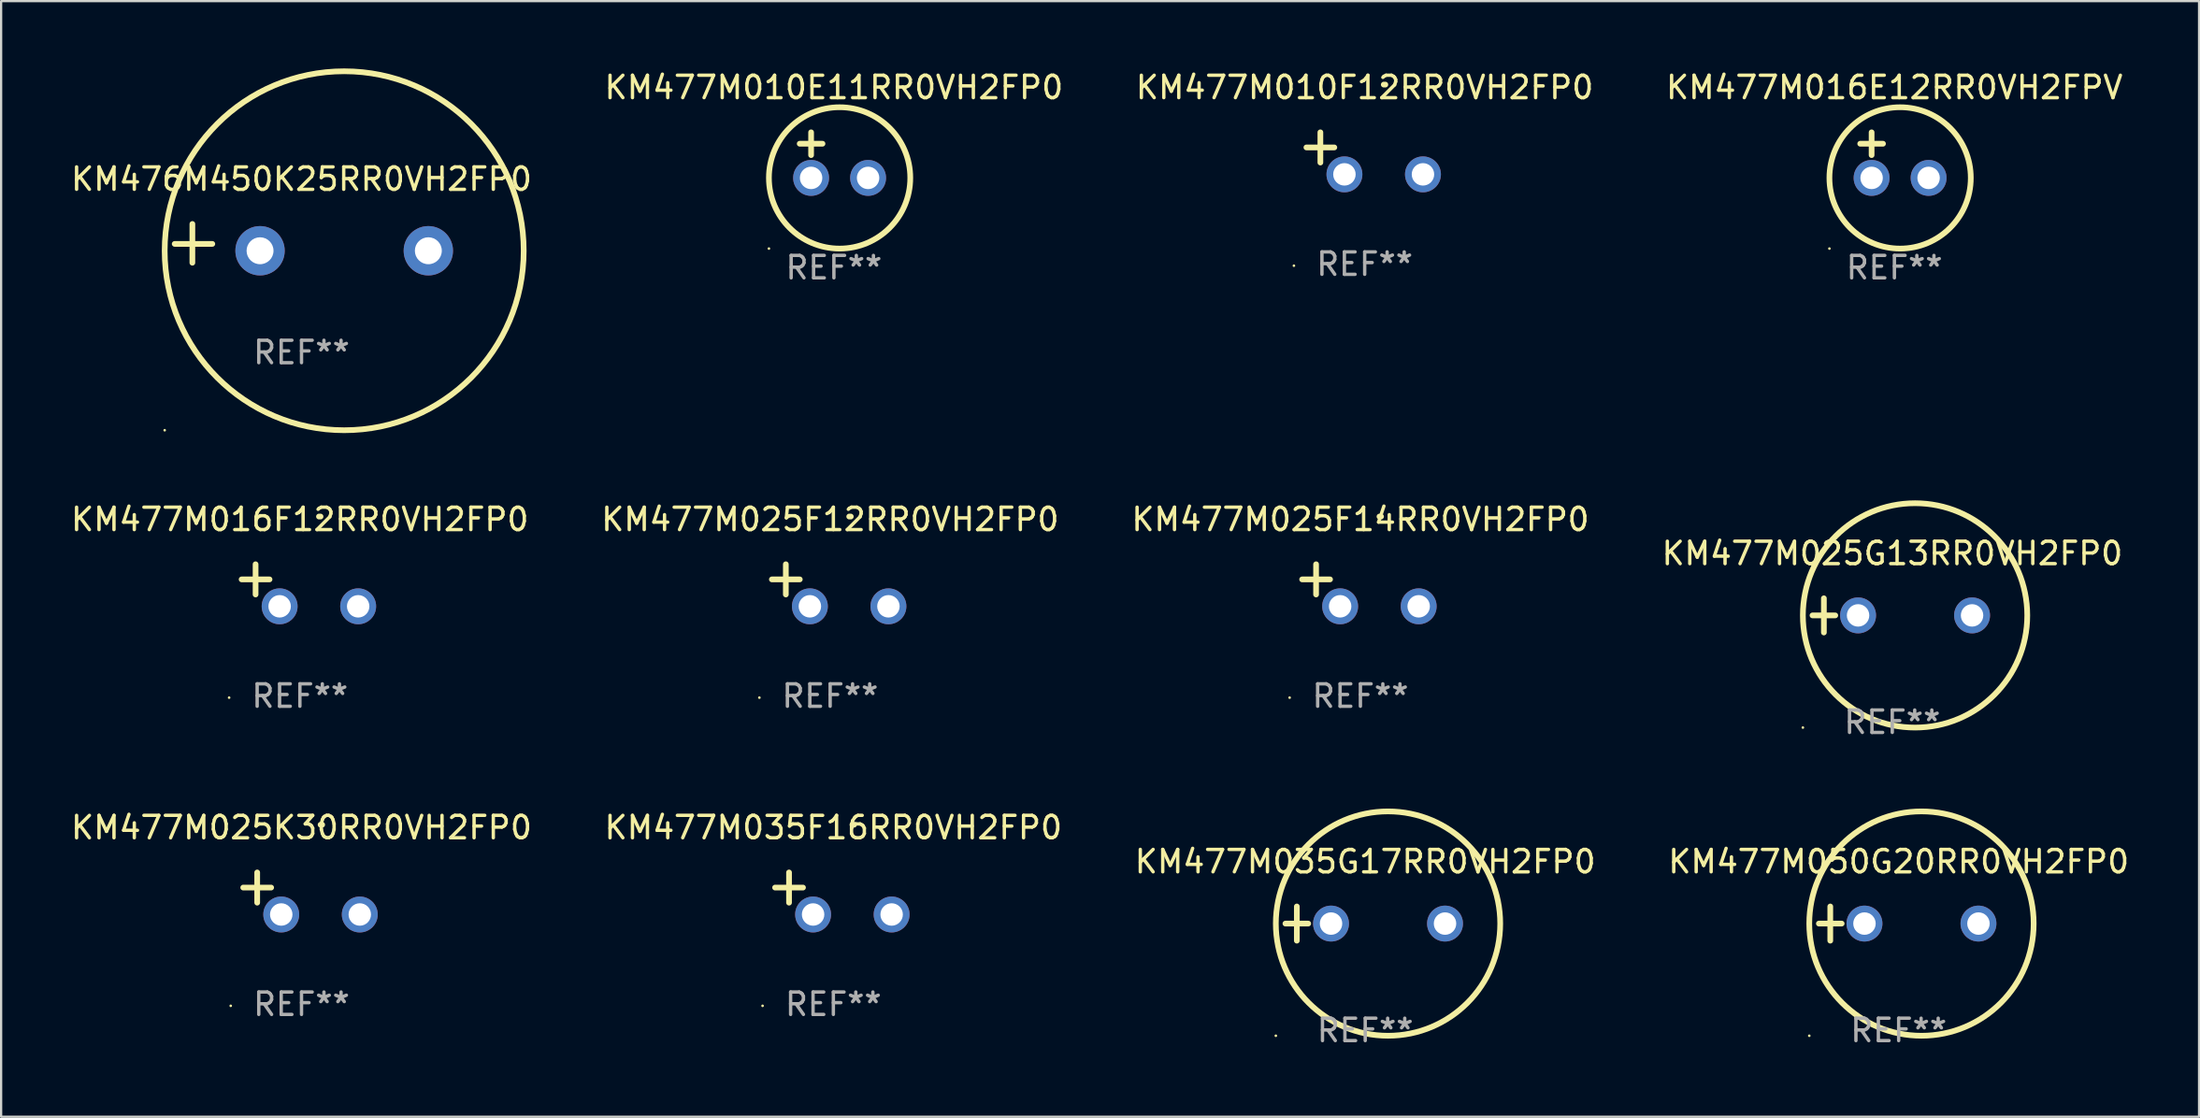
<source format=kicad_pcb>
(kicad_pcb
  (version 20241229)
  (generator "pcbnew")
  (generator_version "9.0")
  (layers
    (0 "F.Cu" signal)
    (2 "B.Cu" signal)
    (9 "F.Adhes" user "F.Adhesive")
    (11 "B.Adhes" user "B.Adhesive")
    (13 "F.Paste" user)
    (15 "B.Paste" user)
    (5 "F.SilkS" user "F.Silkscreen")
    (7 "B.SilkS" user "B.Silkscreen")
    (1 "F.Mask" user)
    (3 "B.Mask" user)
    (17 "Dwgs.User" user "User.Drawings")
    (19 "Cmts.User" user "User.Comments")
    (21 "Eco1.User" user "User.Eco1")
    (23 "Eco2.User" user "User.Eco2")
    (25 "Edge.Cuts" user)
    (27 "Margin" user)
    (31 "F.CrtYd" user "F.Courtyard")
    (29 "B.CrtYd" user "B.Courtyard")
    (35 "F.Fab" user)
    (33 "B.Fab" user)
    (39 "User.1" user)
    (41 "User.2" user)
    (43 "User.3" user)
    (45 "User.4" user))
  (footprint "KM477M035F16RR0VH2FP0"
    (layer "F.Cu")
    (at 34.089 36.776)
    (property "Reference" "KM477M035F16RR0VH2FP0" (at 0 -2.937 0) (layer "F.SilkS") (effects (font (size 1 1) (thickness 0.15))))
    (attr through_hole)
    (fp_line (start -1.975 0.41) (end -1.975 -0.937) (stroke (width 0.254) (type solid)) (layer "F.SilkS"))
    (fp_line (start -1.353 -0.263) (end -2.597 -0.263) (stroke (width 0.254) (type solid)) (layer "F.SilkS"))
    (fp_arc (start 0.849809 -3.063957) (mid 0.885369 -3.064114) (end 0.920929 -3.063957) (stroke (width 0.254001) (type solid)) (layer "F.SilkS"))
    (fp_circle (center -3.154 5.008) (end -3.124 5.008) (stroke (width 0.06) (type solid)) (fill no) (layer "F.SilkS"))
    (fp_text user "REF**" (at 0 4.937 0) (layer "F.Fab") (effects (font (size 1 1) (thickness 0.15))))
    (pad "1" thru_hole circle (at -0.903 0.937) (size 1.6 1.6) (drill 1) (layers "*.Cu" "*.Mask"))
    (pad "2" thru_hole circle (at 2.597 0.937) (size 1.6 1.6) (drill 1) (layers "*.Cu" "*.Mask")))
  (footprint "KM477M025F14RR0VH2FP0"
    (layer "F.Cu")
    (at 57.577 23.039)
    (property "Reference" "KM477M025F14RR0VH2FP0" (at 0 -2.937 0) (layer "F.SilkS") (effects (font (size 1 1) (thickness 0.15))))
    (attr through_hole)
    (fp_line (start -1.975 0.41) (end -1.975 -0.937) (stroke (width 0.254) (type solid)) (layer "F.SilkS"))
    (fp_line (start -1.353 -0.263) (end -2.597 -0.263) (stroke (width 0.254) (type solid)) (layer "F.SilkS"))
    (fp_arc (start 0.849809 -3.063957) (mid 0.885369 -3.064114) (end 0.920929 -3.063957) (stroke (width 0.254001) (type solid)) (layer "F.SilkS"))
    (fp_circle (center -3.154 5.008) (end -3.124 5.008) (stroke (width 0.06) (type solid)) (fill no) (layer "F.SilkS"))
    (fp_text user "REF**" (at 0 4.937 0) (layer "F.Fab") (effects (font (size 1 1) (thickness 0.15))))
    (pad "1" thru_hole circle (at -0.903 0.937) (size 1.6 1.6) (drill 1) (layers "*.Cu" "*.Mask"))
    (pad "2" thru_hole circle (at 2.597 0.937) (size 1.6 1.6) (drill 1) (layers "*.Cu" "*.Mask")))
  (footprint "KM477M035G17RR0VH2FP0"
    (layer "F.Cu")
    (at 57.792 38.118)
    (property "Reference" "KM477M035G17RR0VH2FP0" (at 0 -2.762 0) (layer "F.SilkS") (effects (font (size 1 1) (thickness 0.15))))
    (attr through_hole)
    (fp_line (start -3.556 0) (end -2.54 0) (stroke (width 0.254) (type solid)) (layer "F.SilkS"))
    (fp_line (start -3.048 -0.762) (end -3.048 0.762) (stroke (width 0.254) (type solid)) (layer "F.SilkS"))
    (fp_circle (center -3.984 5) (end -3.954 5) (stroke (width 0.06) (type solid)) (fill no) (layer "F.SilkS"))
    (fp_circle (center 1.016 0) (end 6.016 0) (stroke (width 0.254) (type solid)) (fill no) (layer "F.SilkS"))
    (fp_text user "REF**" (at 0 4.762 0) (layer "F.Fab") (effects (font (size 1 1) (thickness 0.15))))
    (pad "1" thru_hole circle (at -1.524 0) (size 1.6 1.6) (drill 1) (layers "*.Cu" "*.Mask"))
    (pad "2" thru_hole circle (at 3.556 0) (size 1.6 1.6) (drill 1) (layers "*.Cu" "*.Mask")))
  (footprint "KM477M025F12RR0VH2FP0"
    (layer "F.Cu")
    (at 33.946 23.039)
    (property "Reference" "KM477M025F12RR0VH2FP0" (at 0 -2.937 0) (layer "F.SilkS") (effects (font (size 1 1) (thickness 0.15))))
    (attr through_hole)
    (fp_line (start -1.975 0.41) (end -1.975 -0.937) (stroke (width 0.254) (type solid)) (layer "F.SilkS"))
    (fp_line (start -1.353 -0.263) (end -2.597 -0.263) (stroke (width 0.254) (type solid)) (layer "F.SilkS"))
    (fp_arc (start 0.849809 -3.063957) (mid 0.885369 -3.064114) (end 0.920929 -3.063957) (stroke (width 0.254001) (type solid)) (layer "F.SilkS"))
    (fp_circle (center -3.154 5.008) (end -3.124 5.008) (stroke (width 0.06) (type solid)) (fill no) (layer "F.SilkS"))
    (fp_text user "REF**" (at 0 4.937 0) (layer "F.Fab") (effects (font (size 1 1) (thickness 0.15))))
    (pad "1" thru_hole circle (at -0.903 0.937) (size 1.6 1.6) (drill 1) (layers "*.Cu" "*.Mask"))
    (pad "2" thru_hole circle (at 2.597 0.937) (size 1.6 1.6) (drill 1) (layers "*.Cu" "*.Mask")))
  (footprint "KM477M050G20RR0VH2FP0"
    (layer "F.Cu")
    (at 81.565 38.118)
    (property "Reference" "KM477M050G20RR0VH2FP0" (at 0 -2.762 0) (layer "F.SilkS") (effects (font (size 1 1) (thickness 0.15))))
    (attr through_hole)
    (fp_line (start -3.556 0) (end -2.54 0) (stroke (width 0.254) (type solid)) (layer "F.SilkS"))
    (fp_line (start -3.048 -0.762) (end -3.048 0.762) (stroke (width 0.254) (type solid)) (layer "F.SilkS"))
    (fp_circle (center -3.984 5) (end -3.954 5) (stroke (width 0.06) (type solid)) (fill no) (layer "F.SilkS"))
    (fp_circle (center 1.016 0) (end 6.016 0) (stroke (width 0.254) (type solid)) (fill no) (layer "F.SilkS"))
    (fp_text user "REF**" (at 0 4.762 0) (layer "F.Fab") (effects (font (size 1 1) (thickness 0.15))))
    (pad "1" thru_hole circle (at -1.524 0) (size 1.6 1.6) (drill 1) (layers "*.Cu" "*.Mask"))
    (pad "2" thru_hole circle (at 3.556 0) (size 1.6 1.6) (drill 1) (layers "*.Cu" "*.Mask")))
  (footprint "KM477M010E11RR0VH2FP0"
    (layer "F.Cu")
    (at 34.113 3.864)
    (property "Reference" "KM477M010E11RR0VH2FP0" (at 0 -3.016 0) (layer "F.SilkS") (effects (font (size 1 1) (thickness 0.15))))
    (attr through_hole)
    (fp_line (start -1.524 -0.508) (end -0.508 -0.508) (stroke (width 0.254) (type solid)) (layer "F.SilkS"))
    (fp_line (start -1.016 -1.016) (end -1.016 0) (stroke (width 0.254) (type solid)) (layer "F.SilkS"))
    (fp_circle (center -2.896 4.166) (end -2.866 4.166) (stroke (width 0.06) (type solid)) (fill no) (layer "F.SilkS"))
    (fp_circle (center 0.254 1.016) (end 3.404 1.016) (stroke (width 0.254) (type solid)) (fill no) (layer "F.SilkS"))
    (fp_text user "REF**" (at 0 5.016 0) (layer "F.Fab") (effects (font (size 1 1) (thickness 0.15))))
    (pad "1" thru_hole circle (at -1.016 1.016) (size 1.6 1.6) (drill 1) (layers "*.Cu" "*.Mask"))
    (pad "2" thru_hole circle (at 1.524 1.016) (size 1.6 1.6) (drill 1) (layers "*.Cu" "*.Mask")))
  (footprint "KM477M016E12RR0VH2FPV"
    (layer "F.Cu")
    (at 81.375 3.864)
    (property "Reference" "KM477M016E12RR0VH2FPV" (at 0 -3.016 0) (layer "F.SilkS") (effects (font (size 1 1) (thickness 0.15))))
    (attr through_hole)
    (fp_line (start -1.524 -0.508) (end -0.508 -0.508) (stroke (width 0.254) (type solid)) (layer "F.SilkS"))
    (fp_line (start -1.016 -1.016) (end -1.016 0) (stroke (width 0.254) (type solid)) (layer "F.SilkS"))
    (fp_circle (center -2.896 4.166) (end -2.866 4.166) (stroke (width 0.06) (type solid)) (fill no) (layer "F.SilkS"))
    (fp_circle (center 0.254 1.016) (end 3.404 1.016) (stroke (width 0.254) (type solid)) (fill no) (layer "F.SilkS"))
    (fp_text user "REF**" (at 0 5.016 0) (layer "F.Fab") (effects (font (size 1 1) (thickness 0.15))))
    (pad "1" thru_hole circle (at -1.016 1.016) (size 1.6 1.6) (drill 1) (layers "*.Cu" "*.Mask"))
    (pad "2" thru_hole circle (at 1.524 1.016) (size 1.6 1.6) (drill 1) (layers "*.Cu" "*.Mask")))
  (footprint "KM477M010F12RR0VH2FP0"
    (layer "F.Cu")
    (at 57.768 3.785)
    (property "Reference" "KM477M010F12RR0VH2FP0" (at 0 -2.937 0) (layer "F.SilkS") (effects (font (size 1 1) (thickness 0.15))))
    (attr through_hole)
    (fp_line (start -1.975 0.41) (end -1.975 -0.937) (stroke (width 0.254) (type solid)) (layer "F.SilkS"))
    (fp_line (start -1.353 -0.263) (end -2.597 -0.263) (stroke (width 0.254) (type solid)) (layer "F.SilkS"))
    (fp_arc (start 0.849809 -3.063957) (mid 0.885369 -3.064114) (end 0.920929 -3.063957) (stroke (width 0.254001) (type solid)) (layer "F.SilkS"))
    (fp_circle (center -3.154 5.008) (end -3.124 5.008) (stroke (width 0.06) (type solid)) (fill no) (layer "F.SilkS"))
    (fp_text user "REF**" (at 0 4.937 0) (layer "F.Fab") (effects (font (size 1 1) (thickness 0.15))))
    (pad "1" thru_hole circle (at -0.903 0.937) (size 1.6 1.6) (drill 1) (layers "*.Cu" "*.Mask"))
    (pad "2" thru_hole circle (at 2.597 0.937) (size 1.6 1.6) (drill 1) (layers "*.Cu" "*.Mask")))
  (footprint "KM477M025G13RR0VH2FP0"
    (layer "F.Cu")
    (at 81.28 24.381)
    (property "Reference" "KM477M025G13RR0VH2FP0" (at 0 -2.762 0) (layer "F.SilkS") (effects (font (size 1 1) (thickness 0.15))))
    (attr through_hole)
    (fp_line (start -3.556 0) (end -2.54 0) (stroke (width 0.254) (type solid)) (layer "F.SilkS"))
    (fp_line (start -3.048 -0.762) (end -3.048 0.762) (stroke (width 0.254) (type solid)) (layer "F.SilkS"))
    (fp_circle (center -3.984 5) (end -3.954 5) (stroke (width 0.06) (type solid)) (fill no) (layer "F.SilkS"))
    (fp_circle (center 1.016 0) (end 6.016 0) (stroke (width 0.254) (type solid)) (fill no) (layer "F.SilkS"))
    (fp_text user "REF**" (at 0 4.762 0) (layer "F.Fab") (effects (font (size 1 1) (thickness 0.15))))
    (pad "1" thru_hole circle (at -1.524 0) (size 1.6 1.6) (drill 1) (layers "*.Cu" "*.Mask"))
    (pad "2" thru_hole circle (at 3.556 0) (size 1.6 1.6) (drill 1) (layers "*.Cu" "*.Mask")))
  (footprint "KM477M025K30RR0VH2FP0"
    (layer "F.Cu")
    (at 10.387 36.776)
    (property "Reference" "KM477M025K30RR0VH2FP0" (at 0 -2.937 0) (layer "F.SilkS") (effects (font (size 1 1) (thickness 0.15))))
    (attr through_hole)
    (fp_line (start -1.975 0.41) (end -1.975 -0.937) (stroke (width 0.254) (type solid)) (layer "F.SilkS"))
    (fp_line (start -1.353 -0.263) (end -2.597 -0.263) (stroke (width 0.254) (type solid)) (layer "F.SilkS"))
    (fp_arc (start 0.849809 -3.063957) (mid 0.885369 -3.064114) (end 0.920929 -3.063957) (stroke (width 0.254001) (type solid)) (layer "F.SilkS"))
    (fp_circle (center -3.154 5.008) (end -3.124 5.008) (stroke (width 0.06) (type solid)) (fill no) (layer "F.SilkS"))
    (fp_text user "REF**" (at 0 4.937 0) (layer "F.Fab") (effects (font (size 1 1) (thickness 0.15))))
    (pad "1" thru_hole circle (at -0.903 0.937) (size 1.6 1.6) (drill 1) (layers "*.Cu" "*.Mask"))
    (pad "2" thru_hole circle (at 2.597 0.937) (size 1.6 1.6) (drill 1) (layers "*.Cu" "*.Mask")))
  (footprint "KM477M016F12RR0VH2FP0"
    (layer "F.Cu")
    (at 10.315 23.039)
    (property "Reference" "KM477M016F12RR0VH2FP0" (at 0 -2.937 0) (layer "F.SilkS") (effects (font (size 1 1) (thickness 0.15))))
    (attr through_hole)
    (fp_line (start -1.975 0.41) (end -1.975 -0.937) (stroke (width 0.254) (type solid)) (layer "F.SilkS"))
    (fp_line (start -1.353 -0.263) (end -2.597 -0.263) (stroke (width 0.254) (type solid)) (layer "F.SilkS"))
    (fp_arc (start 0.849809 -3.063957) (mid 0.885369 -3.064114) (end 0.920929 -3.063957) (stroke (width 0.254001) (type solid)) (layer "F.SilkS"))
    (fp_circle (center -3.154 5.008) (end -3.124 5.008) (stroke (width 0.06) (type solid)) (fill no) (layer "F.SilkS"))
    (fp_text user "REF**" (at 0 4.937 0) (layer "F.Fab") (effects (font (size 1 1) (thickness 0.15))))
    (pad "1" thru_hole circle (at -0.903 0.937) (size 1.6 1.6) (drill 1) (layers "*.Cu" "*.Mask"))
    (pad "2" thru_hole circle (at 2.597 0.937) (size 1.6 1.6) (drill 1) (layers "*.Cu" "*.Mask")))
  (footprint "KM476M450K25RR0VH2FP0"
    (layer "F.Cu")
    (at 10.387 7.797)
    (property "Reference" "KM476M450K25RR0VH2FP0" (at 0 -2.864 0) (layer "F.SilkS") (effects (font (size 1 1) (thickness 0.15))))
    (attr through_hole)
    (fp_line (start -4.864 0.864) (end -4.864 -0.864) (stroke (width 0.254) (type solid)) (layer "F.SilkS"))
    (fp_line (start -3.975 0.025) (end -5.652 0.025) (stroke (width 0.254) (type solid)) (layer "F.SilkS"))
    (fp_circle (center -6.098 8.33) (end -6.068 8.33) (stroke (width 0.06) (type solid)) (fill no) (layer "F.SilkS"))
    (fp_circle (center 1.902 0.33) (end 9.902 0.33) (stroke (width 0.254) (type solid)) (fill no) (layer "F.SilkS"))
    (fp_text user "REF**" (at 0 4.864 0) (layer "F.Fab") (effects (font (size 1 1) (thickness 0.15))))
    (pad "1" thru_hole circle (at -1.848 0.33) (size 2.2 2.2) (drill 1.2) (layers "*.Cu" "*.Mask"))
    (pad "2" thru_hole circle (at 5.652 0.33) (size 2.2 2.2) (drill 1.2) (layers "*.Cu" "*.Mask")))
  (gr_rect
    (start -3 -3)
    (end 94.952 46.729)
    (stroke (width 0.1) (type default))
    (fill no)
    (layer "Edge.Cuts")))
</source>
